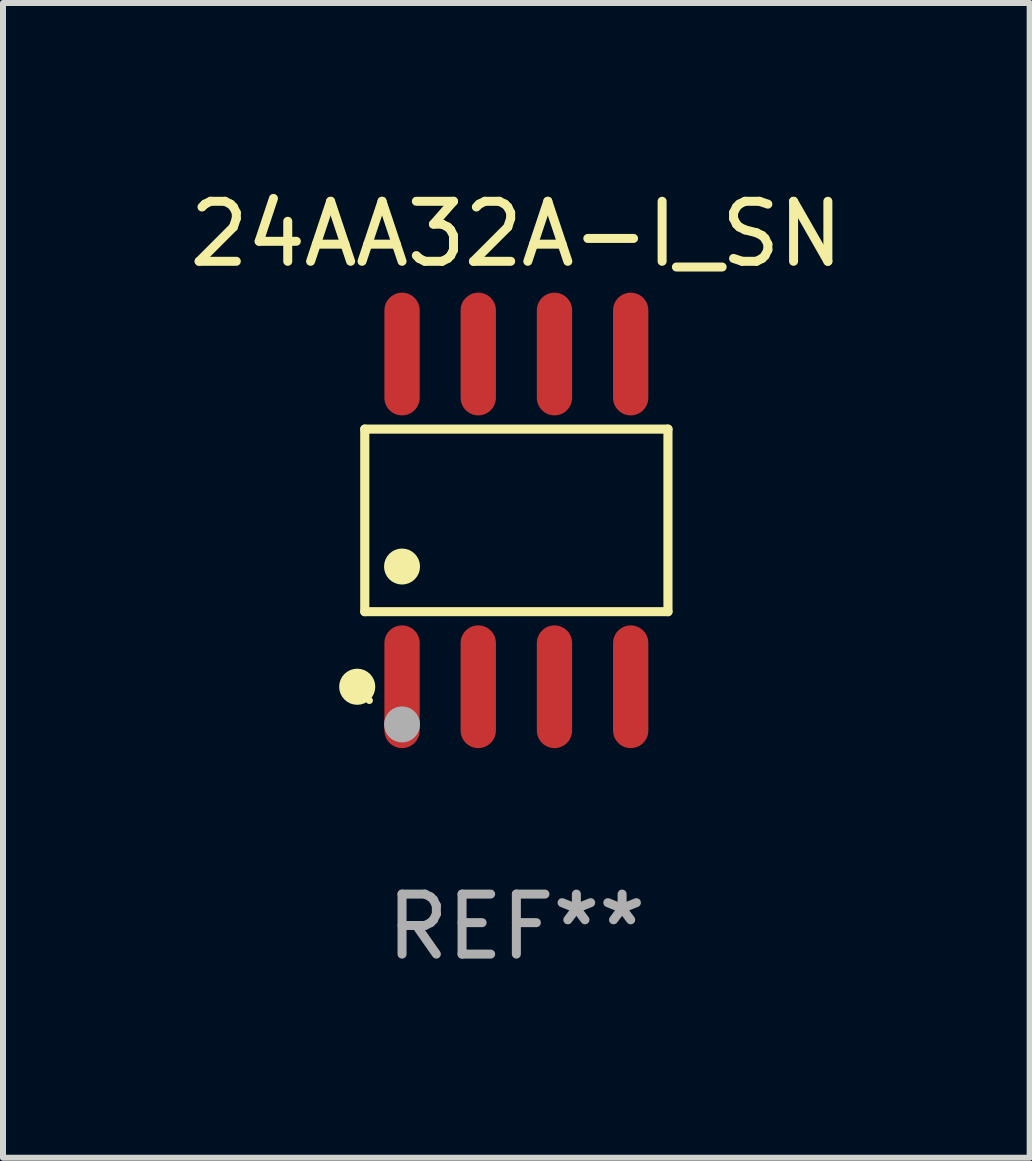
<source format=kicad_pcb>
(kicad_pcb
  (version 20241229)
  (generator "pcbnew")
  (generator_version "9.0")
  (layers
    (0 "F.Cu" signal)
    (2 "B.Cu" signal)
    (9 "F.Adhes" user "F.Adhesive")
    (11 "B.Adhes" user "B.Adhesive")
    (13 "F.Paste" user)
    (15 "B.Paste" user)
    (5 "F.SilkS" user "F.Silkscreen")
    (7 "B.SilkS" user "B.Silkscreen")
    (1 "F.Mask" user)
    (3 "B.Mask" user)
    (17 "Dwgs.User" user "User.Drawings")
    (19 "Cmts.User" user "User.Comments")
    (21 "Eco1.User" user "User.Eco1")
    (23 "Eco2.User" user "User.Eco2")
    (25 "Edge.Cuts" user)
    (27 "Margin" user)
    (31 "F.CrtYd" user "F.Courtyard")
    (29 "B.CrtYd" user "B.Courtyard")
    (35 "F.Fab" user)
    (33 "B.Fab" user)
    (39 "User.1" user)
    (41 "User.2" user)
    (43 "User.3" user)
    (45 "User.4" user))
  (footprint "24AA32A-I_SN"
    (layer "F.Cu")
    (at 5.554 5.621)
    (property "Reference" "24AA32A-I_SN" (at 0 -4.772 0) (layer "F.SilkS") (effects (font (size 1 1) (thickness 0.15))))
    (attr through_hole)
    (fp_line (start -2.526 -1.521) (end 2.526 -1.521) (stroke (width 0.152) (type solid)) (layer "F.SilkS"))
    (fp_line (start -2.526 1.521) (end -2.526 -1.521) (stroke (width 0.152) (type solid)) (layer "F.SilkS"))
    (fp_line (start 2.526 -1.521) (end 2.526 1.521) (stroke (width 0.152) (type solid)) (layer "F.SilkS"))
    (fp_line (start 2.526 1.521) (end -2.526 1.521) (stroke (width 0.152) (type solid)) (layer "F.SilkS"))
    (fp_circle (center -2.652 2.772) (end -2.501 2.772) (stroke (width 0.3) (type solid)) (fill no) (layer "F.SilkS"))
    (fp_circle (center -2.45 3) (end -2.42 3) (stroke (width 0.06) (type solid)) (fill no) (layer "F.SilkS"))
    (fp_circle (center -1.905 0.769) (end -1.755 0.769) (stroke (width 0.3) (type solid)) (fill no) (layer "F.SilkS"))
    (fp_circle (center -1.905 3.4) (end -1.755 3.4) (stroke (width 0.3) (type solid)) (fill no) (layer "F.Fab"))
    (fp_text user "REF**" (at 0 6.772 0) (layer "F.Fab") (effects (font (size 1 1) (thickness 0.15))))
    (pad "1" smd oval (at -1.905 2.772) (size 0.588 2.045) (layers "F.Cu" "F.Mask" "F.Paste"))
    (pad "2" smd oval (at -0.635 2.772) (size 0.588 2.045) (layers "F.Cu" "F.Mask" "F.Paste"))
    (pad "3" smd oval (at 0.635 2.772) (size 0.588 2.045) (layers "F.Cu" "F.Mask" "F.Paste"))
    (pad "4" smd oval (at 1.905 2.772) (size 0.588 2.045) (layers "F.Cu" "F.Mask" "F.Paste"))
    (pad "5" smd oval (at 1.905 -2.772) (size 0.588 2.045) (layers "F.Cu" "F.Mask" "F.Paste"))
    (pad "6" smd oval (at 0.635 -2.772) (size 0.588 2.045) (layers "F.Cu" "F.Mask" "F.Paste"))
    (pad "7" smd oval (at -0.635 -2.772) (size 0.588 2.045) (layers "F.Cu" "F.Mask" "F.Paste"))
    (pad "8" smd oval (at -1.905 -2.772) (size 0.588 2.045) (layers "F.Cu" "F.Mask" "F.Paste")))
  (gr_rect
    (start -3 -3)
    (end 14.107 16.241)
    (stroke (width 0.1) (type default))
    (fill no)
    (layer "Edge.Cuts")))
</source>
